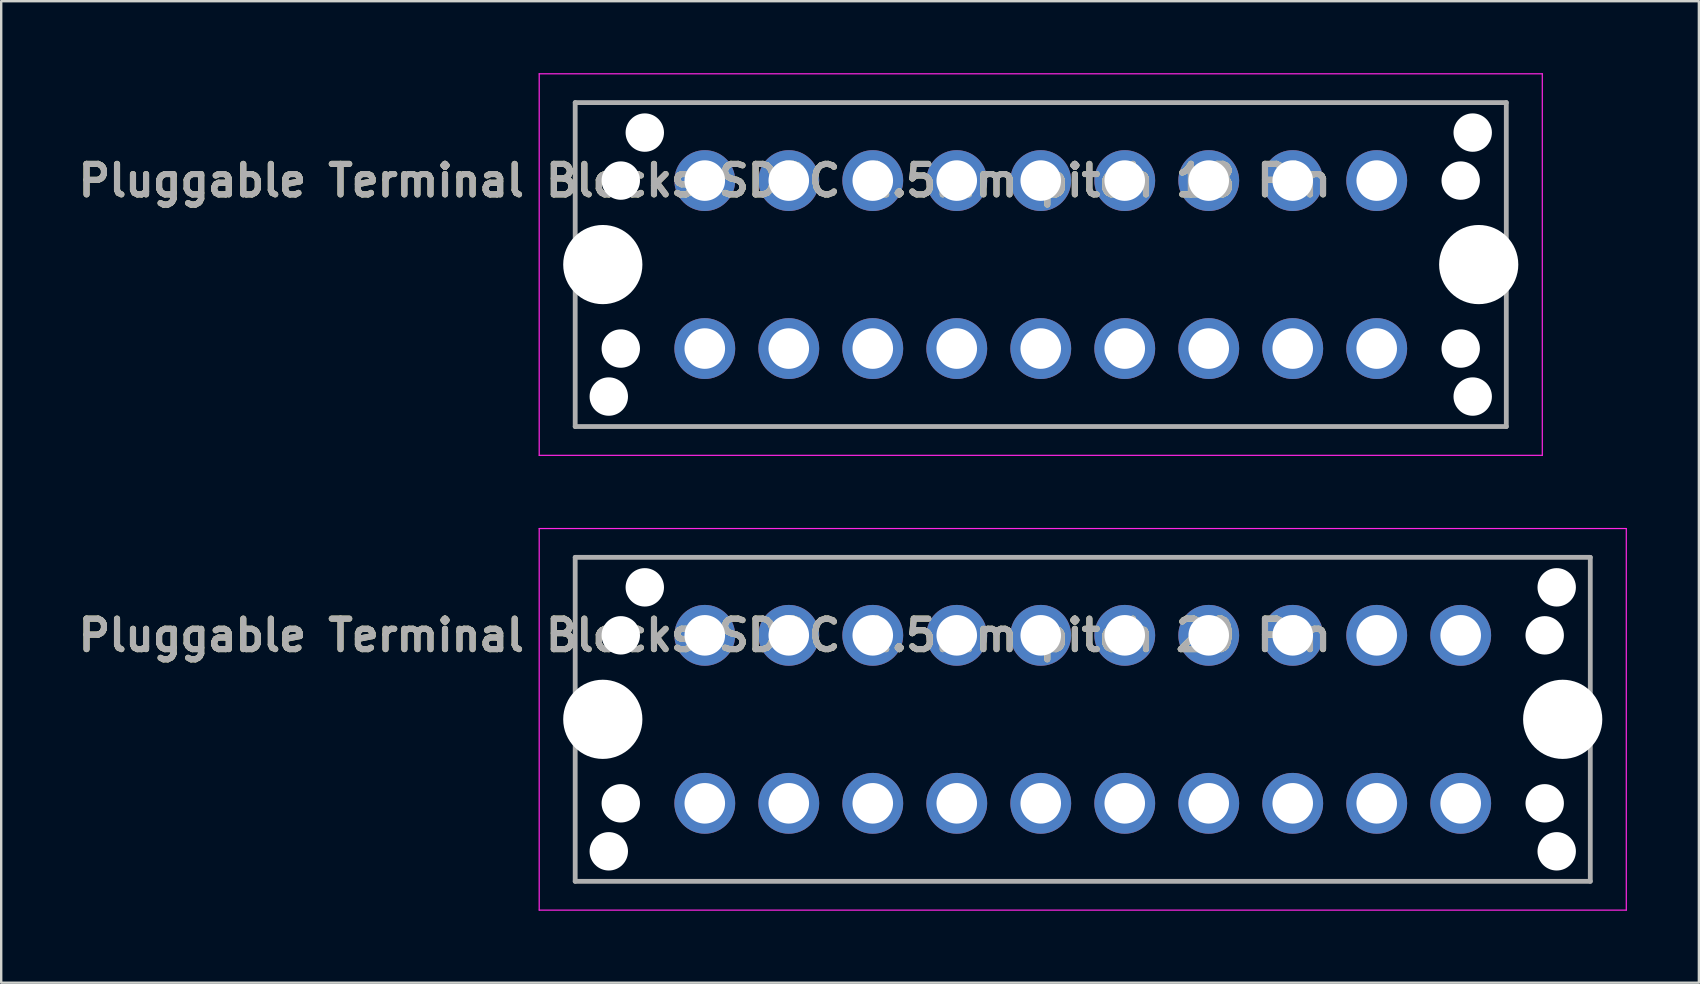
<source format=kicad_pcb>
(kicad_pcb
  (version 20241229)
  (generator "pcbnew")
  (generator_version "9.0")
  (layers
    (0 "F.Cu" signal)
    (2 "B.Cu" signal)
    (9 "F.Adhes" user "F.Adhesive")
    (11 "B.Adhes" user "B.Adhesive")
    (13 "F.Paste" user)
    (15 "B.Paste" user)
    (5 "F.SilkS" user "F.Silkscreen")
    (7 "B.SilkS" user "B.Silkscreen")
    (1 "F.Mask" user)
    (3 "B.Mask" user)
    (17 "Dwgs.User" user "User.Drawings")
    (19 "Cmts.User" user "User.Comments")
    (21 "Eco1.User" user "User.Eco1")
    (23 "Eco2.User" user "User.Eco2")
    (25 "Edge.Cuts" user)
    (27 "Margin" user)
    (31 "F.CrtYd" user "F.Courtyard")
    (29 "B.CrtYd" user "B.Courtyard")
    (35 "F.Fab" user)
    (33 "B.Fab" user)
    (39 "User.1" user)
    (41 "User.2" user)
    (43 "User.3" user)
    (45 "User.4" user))
  (footprint "Pluggable Terminal Blocks SDDC 1.5mm pitch 18 Pin"
    (layer "F.Cu")
    (at 26.319 4.475)
    (property "Reference" "Pluggable Terminal Blocks SDDC 1.5mm pitch 18 Pin" (at 0 0 0) (layer "F.SilkS") (effects (font (size 1.27 1.27) (thickness 0.254))))
    (attr through_hole)
    (fp_line (start -5.4 -3.25) (end 33.4 -3.25) (stroke (width 0.1) (type solid)) (layer "F.SilkS"))
    (fp_line (start 33.4 10.25) (end -5.4 10.25) (stroke (width 0.1) (type solid)) (layer "F.SilkS"))
    (fp_line (start -6.9 -4.45) (end 34.9 -4.45) (stroke (width 0.05) (type solid)) (layer "F.CrtYd"))
    (fp_line (start -6.9 11.45) (end -6.9 -4.45) (stroke (width 0.05) (type solid)) (layer "F.CrtYd"))
    (fp_line (start 34.9 -4.45) (end 34.9 11.45) (stroke (width 0.05) (type solid)) (layer "F.CrtYd"))
    (fp_line (start 34.9 11.45) (end -6.9 11.45) (stroke (width 0.05) (type solid)) (layer "F.CrtYd"))
    (fp_line (start -5.4 -3.25) (end 33.4 -3.25) (stroke (width 0.2) (type solid)) (layer "F.Fab"))
    (fp_line (start -5.4 10.25) (end -5.4 -3.25) (stroke (width 0.2) (type solid)) (layer "F.Fab"))
    (fp_line (start 33.4 -3.25) (end 33.4 10.25) (stroke (width 0.2) (type solid)) (layer "F.Fab"))
    (fp_line (start 33.4 10.25) (end -5.4 10.25) (stroke (width 0.2) (type solid)) (layer "F.Fab"))
    (fp_text user "${REFERENCE}" (at 0 0 0) (layer "F.Fab") (effects (font (size 1.27 1.27) (thickness 0.254))))
    (pad "" np_thru_hole circle (at -4.25 3.5) (size 3.3 3.3) (drill 3.3) (layers "*.Cu" "*.Mask"))
    (pad "" np_thru_hole circle (at -4 9) (size 1.6 1.6) (drill 1.6) (layers "*.Cu" "*.Mask"))
    (pad "" np_thru_hole circle (at -3.5 0) (size 1.6 1.6) (drill 1.6) (layers "*.Cu" "*.Mask"))
    (pad "" np_thru_hole circle (at -3.5 7) (size 1.6 1.6) (drill 1.6) (layers "*.Cu" "*.Mask"))
    (pad "" np_thru_hole circle (at -2.5 -2) (size 1.6 1.6) (drill 1.6) (layers "*.Cu" "*.Mask"))
    (pad "" np_thru_hole circle (at 31.5 0) (size 1.6 1.6) (drill 1.6) (layers "*.Cu" "*.Mask"))
    (pad "" np_thru_hole circle (at 31.5 7) (size 1.6 1.6) (drill 1.6) (layers "*.Cu" "*.Mask"))
    (pad "" np_thru_hole circle (at 32 -2) (size 1.6 1.6) (drill 1.6) (layers "*.Cu" "*.Mask"))
    (pad "" np_thru_hole circle (at 32 9) (size 1.6 1.6) (drill 1.6) (layers "*.Cu" "*.Mask"))
    (pad "" np_thru_hole circle (at 32.25 3.5) (size 3.3 3.3) (drill 3.3) (layers "*.Cu" "*.Mask"))
    (pad "1" thru_hole circle (at 0 0) (size 2.535 2.535) (drill 1.69) (layers "*.Cu" "*.Mask"))
    (pad "2" thru_hole circle (at 3.5 0) (size 2.535 2.535) (drill 1.69) (layers "*.Cu" "*.Mask"))
    (pad "3" thru_hole circle (at 7 0) (size 2.535 2.535) (drill 1.69) (layers "*.Cu" "*.Mask"))
    (pad "4" thru_hole circle (at 10.5 0) (size 2.535 2.535) (drill 1.69) (layers "*.Cu" "*.Mask"))
    (pad "5" thru_hole circle (at 14 0) (size 2.535 2.535) (drill 1.69) (layers "*.Cu" "*.Mask"))
    (pad "6" thru_hole circle (at 17.5 0) (size 2.535 2.535) (drill 1.69) (layers "*.Cu" "*.Mask"))
    (pad "7" thru_hole circle (at 21 0) (size 2.535 2.535) (drill 1.69) (layers "*.Cu" "*.Mask"))
    (pad "8" thru_hole circle (at 24.5 0) (size 2.535 2.535) (drill 1.69) (layers "*.Cu" "*.Mask"))
    (pad "9" thru_hole circle (at 28 0) (size 2.535 2.535) (drill 1.69) (layers "*.Cu" "*.Mask"))
    (pad "10" thru_hole circle (at 0 7) (size 2.535 2.535) (drill 1.69) (layers "*.Cu" "*.Mask"))
    (pad "11" thru_hole circle (at 3.5 7) (size 2.535 2.535) (drill 1.69) (layers "*.Cu" "*.Mask"))
    (pad "12" thru_hole circle (at 7 7) (size 2.535 2.535) (drill 1.69) (layers "*.Cu" "*.Mask"))
    (pad "13" thru_hole circle (at 10.5 7) (size 2.535 2.535) (drill 1.69) (layers "*.Cu" "*.Mask"))
    (pad "14" thru_hole circle (at 14 7) (size 2.535 2.535) (drill 1.69) (layers "*.Cu" "*.Mask"))
    (pad "15" thru_hole circle (at 17.5 7) (size 2.535 2.535) (drill 1.69) (layers "*.Cu" "*.Mask"))
    (pad "16" thru_hole circle (at 21 7) (size 2.535 2.535) (drill 1.69) (layers "*.Cu" "*.Mask"))
    (pad "17" thru_hole circle (at 24.5 7) (size 2.535 2.535) (drill 1.69) (layers "*.Cu" "*.Mask"))
    (pad "18" thru_hole circle (at 28 7) (size 2.535 2.535) (drill 1.69) (layers "*.Cu" "*.Mask")))
  (footprint "Pluggable Terminal Blocks SDDC 1.5mm pitch 20 Pin"
    (layer "F.Cu")
    (at 26.319 23.425)
    (property "Reference" "Pluggable Terminal Blocks SDDC 1.5mm pitch 20 Pin" (at 0 0 0) (layer "F.SilkS") (effects (font (size 1.27 1.27) (thickness 0.254))))
    (attr through_hole)
    (fp_line (start -5.4 -3.25) (end 36.9 -3.25) (stroke (width 0.1) (type solid)) (layer "F.SilkS"))
    (fp_line (start 36.9 10.25) (end -5.4 10.25) (stroke (width 0.1) (type solid)) (layer "F.SilkS"))
    (fp_line (start -6.9 -4.45) (end 38.4 -4.45) (stroke (width 0.05) (type solid)) (layer "F.CrtYd"))
    (fp_line (start -6.9 11.45) (end -6.9 -4.45) (stroke (width 0.05) (type solid)) (layer "F.CrtYd"))
    (fp_line (start 38.4 -4.45) (end 38.4 11.45) (stroke (width 0.05) (type solid)) (layer "F.CrtYd"))
    (fp_line (start 38.4 11.45) (end -6.9 11.45) (stroke (width 0.05) (type solid)) (layer "F.CrtYd"))
    (fp_line (start -5.4 -3.25) (end 36.9 -3.25) (stroke (width 0.2) (type solid)) (layer "F.Fab"))
    (fp_line (start -5.4 10.25) (end -5.4 -3.25) (stroke (width 0.2) (type solid)) (layer "F.Fab"))
    (fp_line (start 36.9 -3.25) (end 36.9 10.25) (stroke (width 0.2) (type solid)) (layer "F.Fab"))
    (fp_line (start 36.9 10.25) (end -5.4 10.25) (stroke (width 0.2) (type solid)) (layer "F.Fab"))
    (fp_text user "${REFERENCE}" (at 0 0 0) (layer "F.Fab") (effects (font (size 1.27 1.27) (thickness 0.254))))
    (pad "" np_thru_hole circle (at -4.25 3.5) (size 3.3 3.3) (drill 3.3) (layers "*.Cu" "*.Mask"))
    (pad "" np_thru_hole circle (at -4 9) (size 1.6 1.6) (drill 1.6) (layers "*.Cu" "*.Mask"))
    (pad "" np_thru_hole circle (at -3.5 0) (size 1.6 1.6) (drill 1.6) (layers "*.Cu" "*.Mask"))
    (pad "" np_thru_hole circle (at -3.5 7) (size 1.6 1.6) (drill 1.6) (layers "*.Cu" "*.Mask"))
    (pad "" np_thru_hole circle (at -2.5 -2) (size 1.6 1.6) (drill 1.6) (layers "*.Cu" "*.Mask"))
    (pad "" np_thru_hole circle (at 35 0) (size 1.6 1.6) (drill 1.6) (layers "*.Cu" "*.Mask"))
    (pad "" np_thru_hole circle (at 35 7) (size 1.6 1.6) (drill 1.6) (layers "*.Cu" "*.Mask"))
    (pad "" np_thru_hole circle (at 35.5 -2) (size 1.6 1.6) (drill 1.6) (layers "*.Cu" "*.Mask"))
    (pad "" np_thru_hole circle (at 35.5 9) (size 1.6 1.6) (drill 1.6) (layers "*.Cu" "*.Mask"))
    (pad "" np_thru_hole circle (at 35.75 3.5) (size 3.3 3.3) (drill 3.3) (layers "*.Cu" "*.Mask"))
    (pad "1" thru_hole circle (at 0 0) (size 2.535 2.535) (drill 1.69) (layers "*.Cu" "*.Mask"))
    (pad "2" thru_hole circle (at 3.5 0) (size 2.535 2.535) (drill 1.69) (layers "*.Cu" "*.Mask"))
    (pad "3" thru_hole circle (at 7 0) (size 2.535 2.535) (drill 1.69) (layers "*.Cu" "*.Mask"))
    (pad "4" thru_hole circle (at 10.5 0) (size 2.535 2.535) (drill 1.69) (layers "*.Cu" "*.Mask"))
    (pad "5" thru_hole circle (at 14 0) (size 2.535 2.535) (drill 1.69) (layers "*.Cu" "*.Mask"))
    (pad "6" thru_hole circle (at 17.5 0) (size 2.535 2.535) (drill 1.69) (layers "*.Cu" "*.Mask"))
    (pad "7" thru_hole circle (at 21 0) (size 2.535 2.535) (drill 1.69) (layers "*.Cu" "*.Mask"))
    (pad "8" thru_hole circle (at 24.5 0) (size 2.535 2.535) (drill 1.69) (layers "*.Cu" "*.Mask"))
    (pad "9" thru_hole circle (at 28 0) (size 2.535 2.535) (drill 1.69) (layers "*.Cu" "*.Mask"))
    (pad "10" thru_hole circle (at 31.5 0) (size 2.535 2.535) (drill 1.69) (layers "*.Cu" "*.Mask"))
    (pad "11" thru_hole circle (at 0 7) (size 2.535 2.535) (drill 1.69) (layers "*.Cu" "*.Mask"))
    (pad "12" thru_hole circle (at 3.5 7) (size 2.535 2.535) (drill 1.69) (layers "*.Cu" "*.Mask"))
    (pad "13" thru_hole circle (at 7 7) (size 2.535 2.535) (drill 1.69) (layers "*.Cu" "*.Mask"))
    (pad "14" thru_hole circle (at 10.5 7) (size 2.535 2.535) (drill 1.69) (layers "*.Cu" "*.Mask"))
    (pad "15" thru_hole circle (at 14 7) (size 2.535 2.535) (drill 1.69) (layers "*.Cu" "*.Mask"))
    (pad "16" thru_hole circle (at 17.5 7) (size 2.535 2.535) (drill 1.69) (layers "*.Cu" "*.Mask"))
    (pad "17" thru_hole circle (at 21 7) (size 2.535 2.535) (drill 1.69) (layers "*.Cu" "*.Mask"))
    (pad "18" thru_hole circle (at 24.5 7) (size 2.535 2.535) (drill 1.69) (layers "*.Cu" "*.Mask"))
    (pad "19" thru_hole circle (at 28 7) (size 2.535 2.535) (drill 1.69) (layers "*.Cu" "*.Mask"))
    (pad "20" thru_hole circle (at 31.5 7) (size 2.535 2.535) (drill 1.69) (layers "*.Cu" "*.Mask")))
  (gr_rect
    (start -3 -3)
    (end 67.744 37.9)
    (stroke (width 0.1) (type default))
    (fill no)
    (layer "Edge.Cuts")))
</source>
